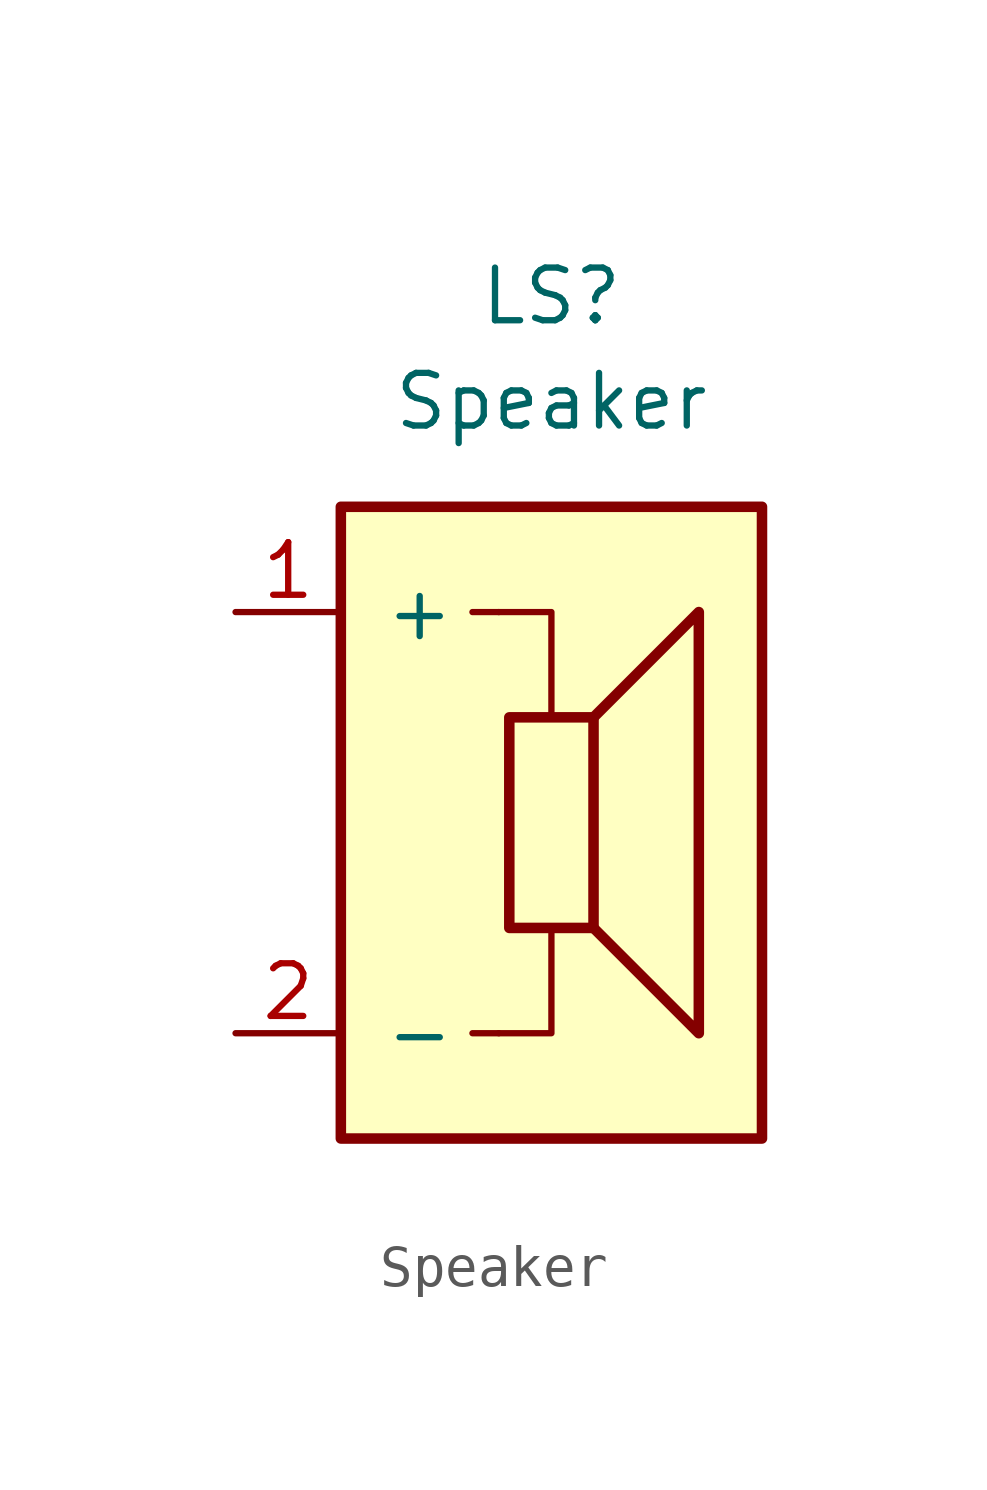
<source format=kicad_sym>
(kicad_symbol_lib
  (version 20231120)
  (generator "kicad_symbol_editor")
  (generator_version "8.0")
  (symbol "Speaker"
    (pin_names
      (offset 1.016))
    (property "Reference" "LS"
      (at 0 12.7 0)
      (effects (font (size 1.27 1.27))))
    (property "Value" "Speaker"
      (at 0 10.16 0)
      (effects (font (size 1.27 1.27))))
    (symbol "Speaker_1_0"
      (rectangle (start -1.016 2.54) (end 1.016 -2.54) (stroke (width 0.254) (type default)) (fill (type none)))
      (polyline (pts (xy 1.016 2.54) (xy 3.556 5.08) (xy 3.556 -5.08) (xy 1.016 -2.54)) (stroke (width 0.254) (type default)) (fill (type none))))
    (symbol "Speaker_1_1"
      (polyline (pts (xy -1.27 -5.08) (xy -1.905 -5.08)) (stroke (width 0) (type default)) (fill (type none)))
      (polyline (pts (xy -1.27 5.08) (xy -1.905 5.08)) (stroke (width 0) (type default)) (fill (type none)))
      (polyline (pts (xy 0 -2.54) (xy 0 -5.08) (xy -1.27 -5.08)) (stroke (width 0) (type default)) (fill (type none)))
      (polyline (pts (xy 0 2.54) (xy 0 5.08) (xy -1.27 5.08)) (stroke (width 0) (type default)) (fill (type none)))
      (rectangle (start 5.08 7.62) (end -5.08 -7.62) (stroke (width 0.254) (type default)) (fill (type background)))
      (pin input line (at -7.62 5.08 0) (length 2.54) (name "+" (effects (font (size 1.27 1.27)))) (number "1" (effects (font (size 1.27 1.27)))))
      (pin input line (at -7.62 -5.08 0) (length 2.54) (name "-" (effects (font (size 1.27 1.27)))) (number "2" (effects (font (size 1.27 1.27))))))))
</source>
